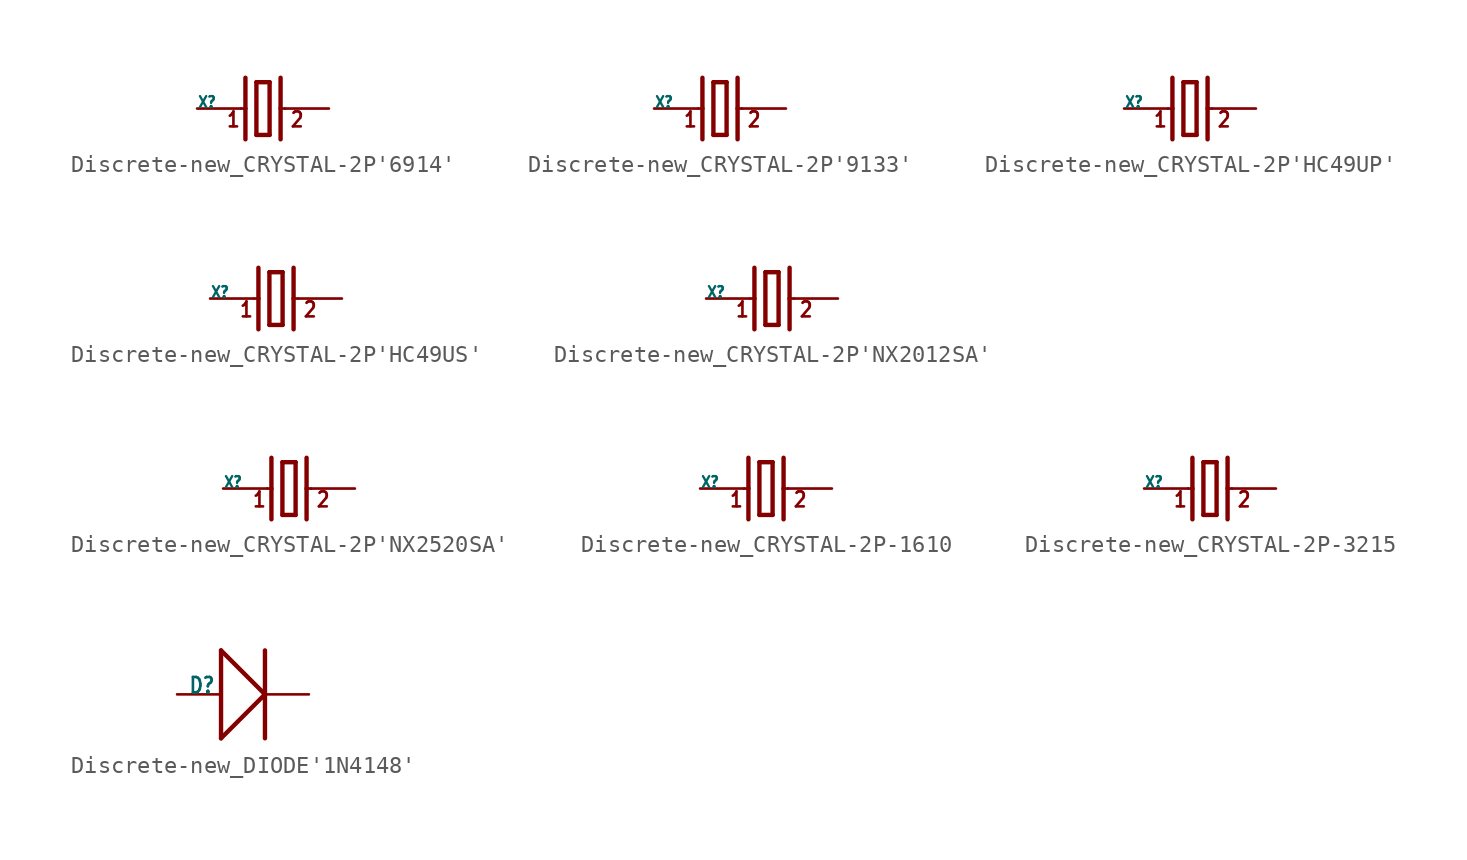
<source format=kicad_sym>
(kicad_symbol_lib
  (version 20231120)
  (generator "kicad_symbol_editor")
  (generator_version "8.0")
  (symbol "Discrete-new_CRYSTAL-2P'6914'"
    (property "Reference" "X"
      (at -3.81 0 0)
      (effects (font (size 0.635 0.54)) (justify left bottom)))
    (property "Value" ""
      (at 0 0 0)
      (effects (font (size 0.635 0.54)) (justify left bottom)))
    (property "ki_locked" ""
      (at 0 0 0)
      (effects (font (size 1.27 1.27))))
    (symbol "Discrete-new_CRYSTAL-2P'6914'_1_0"
      (polyline (pts (xy -1.27 0) (xy -1.016 0)) (stroke (width 0.152) (type solid)) (fill (type none)))
      (polyline (pts (xy -1.016 0) (xy -1.016 -1.778)) (stroke (width 0.254) (type solid)) (fill (type none)))
      (polyline (pts (xy -1.016 1.778) (xy -1.016 0)) (stroke (width 0.254) (type solid)) (fill (type none)))
      (polyline (pts (xy -0.381 -1.524) (xy 0.381 -1.524)) (stroke (width 0.254) (type solid)) (fill (type none)))
      (polyline (pts (xy -0.381 1.524) (xy -0.381 -1.524)) (stroke (width 0.254) (type solid)) (fill (type none)))
      (polyline (pts (xy 0.381 -1.524) (xy 0.381 1.524)) (stroke (width 0.254) (type solid)) (fill (type none)))
      (polyline (pts (xy 0.381 1.524) (xy -0.381 1.524)) (stroke (width 0.254) (type solid)) (fill (type none)))
      (polyline (pts (xy 1.016 0) (xy 1.016 -1.778)) (stroke (width 0.254) (type solid)) (fill (type none)))
      (polyline (pts (xy 1.016 0) (xy 1.27 0)) (stroke (width 0.152) (type solid)) (fill (type none)))
      (polyline (pts (xy 1.016 1.778) (xy 1.016 0)) (stroke (width 0.254) (type solid)) (fill (type none)))
      (text "1" (at -2.159 -1.143 0) (effects (font (size 0.864 0.734)) (justify left bottom)))
      (text "2" (at 1.524 -1.143 0) (effects (font (size 0.864 0.734)) (justify left bottom)))
      (pin passive line (at -3.81 0 0) (length 2.54) (name "1" (effects (font (size 0 0)))) (number "1" (effects (font (size 0 0)))))
      (pin passive line (at 3.81 0 180) (length 2.54) (name "2" (effects (font (size 0 0)))) (number "4" (effects (font (size 0 0)))))))
  (symbol "Discrete-new_CRYSTAL-2P'9133'"
    (property "Reference" "X"
      (at -3.81 0 0)
      (effects (font (size 0.635 0.54)) (justify left bottom)))
    (property "Value" ""
      (at 0 0 0)
      (effects (font (size 0.635 0.54)) (justify left bottom)))
    (property "ki_locked" ""
      (at 0 0 0)
      (effects (font (size 1.27 1.27))))
    (symbol "Discrete-new_CRYSTAL-2P'9133'_1_0"
      (polyline (pts (xy -1.27 0) (xy -1.016 0)) (stroke (width 0.152) (type solid)) (fill (type none)))
      (polyline (pts (xy -1.016 0) (xy -1.016 -1.778)) (stroke (width 0.254) (type solid)) (fill (type none)))
      (polyline (pts (xy -1.016 1.778) (xy -1.016 0)) (stroke (width 0.254) (type solid)) (fill (type none)))
      (polyline (pts (xy -0.381 -1.524) (xy 0.381 -1.524)) (stroke (width 0.254) (type solid)) (fill (type none)))
      (polyline (pts (xy -0.381 1.524) (xy -0.381 -1.524)) (stroke (width 0.254) (type solid)) (fill (type none)))
      (polyline (pts (xy 0.381 -1.524) (xy 0.381 1.524)) (stroke (width 0.254) (type solid)) (fill (type none)))
      (polyline (pts (xy 0.381 1.524) (xy -0.381 1.524)) (stroke (width 0.254) (type solid)) (fill (type none)))
      (polyline (pts (xy 1.016 0) (xy 1.016 -1.778)) (stroke (width 0.254) (type solid)) (fill (type none)))
      (polyline (pts (xy 1.016 0) (xy 1.27 0)) (stroke (width 0.152) (type solid)) (fill (type none)))
      (polyline (pts (xy 1.016 1.778) (xy 1.016 0)) (stroke (width 0.254) (type solid)) (fill (type none)))
      (text "1" (at -2.159 -1.143 0) (effects (font (size 0.864 0.734)) (justify left bottom)))
      (text "2" (at 1.524 -1.143 0) (effects (font (size 0.864 0.734)) (justify left bottom)))
      (pin passive line (at -3.81 0 0) (length 2.54) (name "1" (effects (font (size 0 0)))) (number "1" (effects (font (size 0 0)))))
      (pin passive line (at 3.81 0 180) (length 2.54) (name "2" (effects (font (size 0 0)))) (number "2" (effects (font (size 0 0)))))))
  (symbol "Discrete-new_CRYSTAL-2P'HC49UP'"
    (property "Reference" "X"
      (at -3.81 0 0)
      (effects (font (size 0.635 0.54)) (justify left bottom)))
    (property "Value" ""
      (at 0 0 0)
      (effects (font (size 0.635 0.54)) (justify left bottom)))
    (property "ki_locked" ""
      (at 0 0 0)
      (effects (font (size 1.27 1.27))))
    (symbol "Discrete-new_CRYSTAL-2P'HC49UP'_1_0"
      (polyline (pts (xy -1.27 0) (xy -1.016 0)) (stroke (width 0.152) (type solid)) (fill (type none)))
      (polyline (pts (xy -1.016 0) (xy -1.016 -1.778)) (stroke (width 0.254) (type solid)) (fill (type none)))
      (polyline (pts (xy -1.016 1.778) (xy -1.016 0)) (stroke (width 0.254) (type solid)) (fill (type none)))
      (polyline (pts (xy -0.381 -1.524) (xy 0.381 -1.524)) (stroke (width 0.254) (type solid)) (fill (type none)))
      (polyline (pts (xy -0.381 1.524) (xy -0.381 -1.524)) (stroke (width 0.254) (type solid)) (fill (type none)))
      (polyline (pts (xy 0.381 -1.524) (xy 0.381 1.524)) (stroke (width 0.254) (type solid)) (fill (type none)))
      (polyline (pts (xy 0.381 1.524) (xy -0.381 1.524)) (stroke (width 0.254) (type solid)) (fill (type none)))
      (polyline (pts (xy 1.016 0) (xy 1.016 -1.778)) (stroke (width 0.254) (type solid)) (fill (type none)))
      (polyline (pts (xy 1.016 0) (xy 1.27 0)) (stroke (width 0.152) (type solid)) (fill (type none)))
      (polyline (pts (xy 1.016 1.778) (xy 1.016 0)) (stroke (width 0.254) (type solid)) (fill (type none)))
      (text "1" (at -2.159 -1.143 0) (effects (font (size 0.864 0.734)) (justify left bottom)))
      (text "2" (at 1.524 -1.143 0) (effects (font (size 0.864 0.734)) (justify left bottom)))
      (pin passive line (at -3.81 0 0) (length 2.54) (name "1" (effects (font (size 0 0)))) (number "1" (effects (font (size 0 0)))))
      (pin passive line (at 3.81 0 180) (length 2.54) (name "2" (effects (font (size 0 0)))) (number "2" (effects (font (size 0 0)))))))
  (symbol "Discrete-new_CRYSTAL-2P'HC49US'"
    (property "Reference" "X"
      (at -3.81 0 0)
      (effects (font (size 0.635 0.54)) (justify left bottom)))
    (property "Value" ""
      (at 0 0 0)
      (effects (font (size 0.635 0.54)) (justify left bottom)))
    (property "ki_locked" ""
      (at 0 0 0)
      (effects (font (size 1.27 1.27))))
    (symbol "Discrete-new_CRYSTAL-2P'HC49US'_1_0"
      (polyline (pts (xy -1.27 0) (xy -1.016 0)) (stroke (width 0.152) (type solid)) (fill (type none)))
      (polyline (pts (xy -1.016 0) (xy -1.016 -1.778)) (stroke (width 0.254) (type solid)) (fill (type none)))
      (polyline (pts (xy -1.016 1.778) (xy -1.016 0)) (stroke (width 0.254) (type solid)) (fill (type none)))
      (polyline (pts (xy -0.381 -1.524) (xy 0.381 -1.524)) (stroke (width 0.254) (type solid)) (fill (type none)))
      (polyline (pts (xy -0.381 1.524) (xy -0.381 -1.524)) (stroke (width 0.254) (type solid)) (fill (type none)))
      (polyline (pts (xy 0.381 -1.524) (xy 0.381 1.524)) (stroke (width 0.254) (type solid)) (fill (type none)))
      (polyline (pts (xy 0.381 1.524) (xy -0.381 1.524)) (stroke (width 0.254) (type solid)) (fill (type none)))
      (polyline (pts (xy 1.016 0) (xy 1.016 -1.778)) (stroke (width 0.254) (type solid)) (fill (type none)))
      (polyline (pts (xy 1.016 0) (xy 1.27 0)) (stroke (width 0.152) (type solid)) (fill (type none)))
      (polyline (pts (xy 1.016 1.778) (xy 1.016 0)) (stroke (width 0.254) (type solid)) (fill (type none)))
      (text "1" (at -2.159 -1.143 0) (effects (font (size 0.864 0.734)) (justify left bottom)))
      (text "2" (at 1.524 -1.143 0) (effects (font (size 0.864 0.734)) (justify left bottom)))
      (pin passive line (at -3.81 0 0) (length 2.54) (name "1" (effects (font (size 0 0)))) (number "1" (effects (font (size 0 0)))))
      (pin passive line (at 3.81 0 180) (length 2.54) (name "2" (effects (font (size 0 0)))) (number "2" (effects (font (size 0 0)))))))
  (symbol "Discrete-new_CRYSTAL-2P'NX2012SA'"
    (property "Reference" "X"
      (at -3.81 0 0)
      (effects (font (size 0.635 0.54)) (justify left bottom)))
    (property "Value" ""
      (at 0 0 0)
      (effects (font (size 0.635 0.54)) (justify left bottom)))
    (property "ki_locked" ""
      (at 0 0 0)
      (effects (font (size 1.27 1.27))))
    (symbol "Discrete-new_CRYSTAL-2P'NX2012SA'_1_0"
      (polyline (pts (xy -1.27 0) (xy -1.016 0)) (stroke (width 0.152) (type solid)) (fill (type none)))
      (polyline (pts (xy -1.016 0) (xy -1.016 -1.778)) (stroke (width 0.254) (type solid)) (fill (type none)))
      (polyline (pts (xy -1.016 1.778) (xy -1.016 0)) (stroke (width 0.254) (type solid)) (fill (type none)))
      (polyline (pts (xy -0.381 -1.524) (xy 0.381 -1.524)) (stroke (width 0.254) (type solid)) (fill (type none)))
      (polyline (pts (xy -0.381 1.524) (xy -0.381 -1.524)) (stroke (width 0.254) (type solid)) (fill (type none)))
      (polyline (pts (xy 0.381 -1.524) (xy 0.381 1.524)) (stroke (width 0.254) (type solid)) (fill (type none)))
      (polyline (pts (xy 0.381 1.524) (xy -0.381 1.524)) (stroke (width 0.254) (type solid)) (fill (type none)))
      (polyline (pts (xy 1.016 0) (xy 1.016 -1.778)) (stroke (width 0.254) (type solid)) (fill (type none)))
      (polyline (pts (xy 1.016 0) (xy 1.27 0)) (stroke (width 0.152) (type solid)) (fill (type none)))
      (polyline (pts (xy 1.016 1.778) (xy 1.016 0)) (stroke (width 0.254) (type solid)) (fill (type none)))
      (text "1" (at -2.159 -1.143 0) (effects (font (size 0.864 0.734)) (justify left bottom)))
      (text "2" (at 1.524 -1.143 0) (effects (font (size 0.864 0.734)) (justify left bottom)))
      (pin passive line (at -3.81 0 0) (length 2.54) (name "1" (effects (font (size 0 0)))) (number "1" (effects (font (size 0 0)))))
      (pin passive line (at 3.81 0 180) (length 2.54) (name "2" (effects (font (size 0 0)))) (number "2" (effects (font (size 0 0)))))))
  (symbol "Discrete-new_CRYSTAL-2P'NX2520SA'"
    (property "Reference" "X"
      (at -3.81 0 0)
      (effects (font (size 0.635 0.54)) (justify left bottom)))
    (property "Value" ""
      (at 0 0 0)
      (effects (font (size 0.635 0.54)) (justify left bottom)))
    (property "ki_locked" ""
      (at 0 0 0)
      (effects (font (size 1.27 1.27))))
    (symbol "Discrete-new_CRYSTAL-2P'NX2520SA'_1_0"
      (polyline (pts (xy -1.27 0) (xy -1.016 0)) (stroke (width 0.152) (type solid)) (fill (type none)))
      (polyline (pts (xy -1.016 0) (xy -1.016 -1.778)) (stroke (width 0.254) (type solid)) (fill (type none)))
      (polyline (pts (xy -1.016 1.778) (xy -1.016 0)) (stroke (width 0.254) (type solid)) (fill (type none)))
      (polyline (pts (xy -0.381 -1.524) (xy 0.381 -1.524)) (stroke (width 0.254) (type solid)) (fill (type none)))
      (polyline (pts (xy -0.381 1.524) (xy -0.381 -1.524)) (stroke (width 0.254) (type solid)) (fill (type none)))
      (polyline (pts (xy 0.381 -1.524) (xy 0.381 1.524)) (stroke (width 0.254) (type solid)) (fill (type none)))
      (polyline (pts (xy 0.381 1.524) (xy -0.381 1.524)) (stroke (width 0.254) (type solid)) (fill (type none)))
      (polyline (pts (xy 1.016 0) (xy 1.016 -1.778)) (stroke (width 0.254) (type solid)) (fill (type none)))
      (polyline (pts (xy 1.016 0) (xy 1.27 0)) (stroke (width 0.152) (type solid)) (fill (type none)))
      (polyline (pts (xy 1.016 1.778) (xy 1.016 0)) (stroke (width 0.254) (type solid)) (fill (type none)))
      (text "1" (at -2.159 -1.143 0) (effects (font (size 0.864 0.734)) (justify left bottom)))
      (text "2" (at 1.524 -1.143 0) (effects (font (size 0.864 0.734)) (justify left bottom)))
      (pin passive line (at -3.81 0 0) (length 2.54) (name "1" (effects (font (size 0 0)))) (number "1" (effects (font (size 0 0)))))
      (pin passive line (at 3.81 0 180) (length 2.54) (name "2" (effects (font (size 0 0)))) (number "3" (effects (font (size 0 0)))))))
  (symbol "Discrete-new_CRYSTAL-2P-1610"
    (property "Reference" "X"
      (at -3.81 0 0)
      (effects (font (size 0.635 0.54)) (justify left bottom)))
    (property "Value" ""
      (at 0 0 0)
      (effects (font (size 0.635 0.54)) (justify left bottom)))
    (property "ki_locked" ""
      (at 0 0 0)
      (effects (font (size 1.27 1.27))))
    (symbol "Discrete-new_CRYSTAL-2P-1610_1_0"
      (polyline (pts (xy -1.27 0) (xy -1.016 0)) (stroke (width 0.152) (type solid)) (fill (type none)))
      (polyline (pts (xy -1.016 0) (xy -1.016 -1.778)) (stroke (width 0.254) (type solid)) (fill (type none)))
      (polyline (pts (xy -1.016 1.778) (xy -1.016 0)) (stroke (width 0.254) (type solid)) (fill (type none)))
      (polyline (pts (xy -0.381 -1.524) (xy 0.381 -1.524)) (stroke (width 0.254) (type solid)) (fill (type none)))
      (polyline (pts (xy -0.381 1.524) (xy -0.381 -1.524)) (stroke (width 0.254) (type solid)) (fill (type none)))
      (polyline (pts (xy 0.381 -1.524) (xy 0.381 1.524)) (stroke (width 0.254) (type solid)) (fill (type none)))
      (polyline (pts (xy 0.381 1.524) (xy -0.381 1.524)) (stroke (width 0.254) (type solid)) (fill (type none)))
      (polyline (pts (xy 1.016 0) (xy 1.016 -1.778)) (stroke (width 0.254) (type solid)) (fill (type none)))
      (polyline (pts (xy 1.016 0) (xy 1.27 0)) (stroke (width 0.152) (type solid)) (fill (type none)))
      (polyline (pts (xy 1.016 1.778) (xy 1.016 0)) (stroke (width 0.254) (type solid)) (fill (type none)))
      (text "1" (at -2.159 -1.143 0) (effects (font (size 0.864 0.734)) (justify left bottom)))
      (text "2" (at 1.524 -1.143 0) (effects (font (size 0.864 0.734)) (justify left bottom)))
      (pin passive line (at -3.81 0 0) (length 2.54) (name "1" (effects (font (size 0 0)))) (number "1" (effects (font (size 0 0)))))
      (pin passive line (at 3.81 0 180) (length 2.54) (name "2" (effects (font (size 0 0)))) (number "2" (effects (font (size 0 0)))))))
  (symbol "Discrete-new_CRYSTAL-2P-3215"
    (property "Reference" "X"
      (at -3.81 0 0)
      (effects (font (size 0.635 0.54)) (justify left bottom)))
    (property "Value" ""
      (at 0 0 0)
      (effects (font (size 0.635 0.54)) (justify left bottom)))
    (property "ki_locked" ""
      (at 0 0 0)
      (effects (font (size 1.27 1.27))))
    (symbol "Discrete-new_CRYSTAL-2P-3215_1_0"
      (polyline (pts (xy -1.27 0) (xy -1.016 0)) (stroke (width 0.152) (type solid)) (fill (type none)))
      (polyline (pts (xy -1.016 0) (xy -1.016 -1.778)) (stroke (width 0.254) (type solid)) (fill (type none)))
      (polyline (pts (xy -1.016 1.778) (xy -1.016 0)) (stroke (width 0.254) (type solid)) (fill (type none)))
      (polyline (pts (xy -0.381 -1.524) (xy 0.381 -1.524)) (stroke (width 0.254) (type solid)) (fill (type none)))
      (polyline (pts (xy -0.381 1.524) (xy -0.381 -1.524)) (stroke (width 0.254) (type solid)) (fill (type none)))
      (polyline (pts (xy 0.381 -1.524) (xy 0.381 1.524)) (stroke (width 0.254) (type solid)) (fill (type none)))
      (polyline (pts (xy 0.381 1.524) (xy -0.381 1.524)) (stroke (width 0.254) (type solid)) (fill (type none)))
      (polyline (pts (xy 1.016 0) (xy 1.016 -1.778)) (stroke (width 0.254) (type solid)) (fill (type none)))
      (polyline (pts (xy 1.016 0) (xy 1.27 0)) (stroke (width 0.152) (type solid)) (fill (type none)))
      (polyline (pts (xy 1.016 1.778) (xy 1.016 0)) (stroke (width 0.254) (type solid)) (fill (type none)))
      (text "1" (at -2.159 -1.143 0) (effects (font (size 0.864 0.734)) (justify left bottom)))
      (text "2" (at 1.524 -1.143 0) (effects (font (size 0.864 0.734)) (justify left bottom)))
      (pin passive line (at -3.81 0 0) (length 2.54) (name "1" (effects (font (size 0 0)))) (number "1" (effects (font (size 0 0)))))
      (pin passive line (at 3.81 0 180) (length 2.54) (name "2" (effects (font (size 0 0)))) (number "2" (effects (font (size 0 0)))))))
  (symbol "Discrete-new_DIODE'1N4148'"
    (property "Reference" "D"
      (at -3.175 0 0)
      (effects (font (size 0.889 0.756)) (justify left bottom)))
    (property "Value" ""
      (at 0 0 0)
      (effects (font (size 0.635 0.54)) (justify left bottom)))
    (property "ki_locked" ""
      (at 0 0 0)
      (effects (font (size 1.27 1.27))))
    (symbol "Discrete-new_DIODE'1N4148'_1_0"
      (polyline (pts (xy -1.27 -2.54) (xy -1.27 2.54)) (stroke (width 0.254) (type solid)) (fill (type none)))
      (polyline (pts (xy -1.27 -2.54) (xy 1.27 0)) (stroke (width 0.254) (type solid)) (fill (type none)))
      (polyline (pts (xy -1.27 2.54) (xy 1.27 0)) (stroke (width 0.254) (type solid)) (fill (type none)))
      (polyline (pts (xy 1.27 2.54) (xy 1.27 -2.54)) (stroke (width 0.254) (type solid)) (fill (type none)))
      (pin passive line (at -3.81 0 0) (length 2.54) (name "+" (effects (font (size 0 0)))) (number "A" (effects (font (size 0 0)))))
      (pin passive line (at 3.81 0 180) (length 2.54) (name "-" (effects (font (size 0 0)))) (number "C" (effects (font (size 0 0))))))))
</source>
